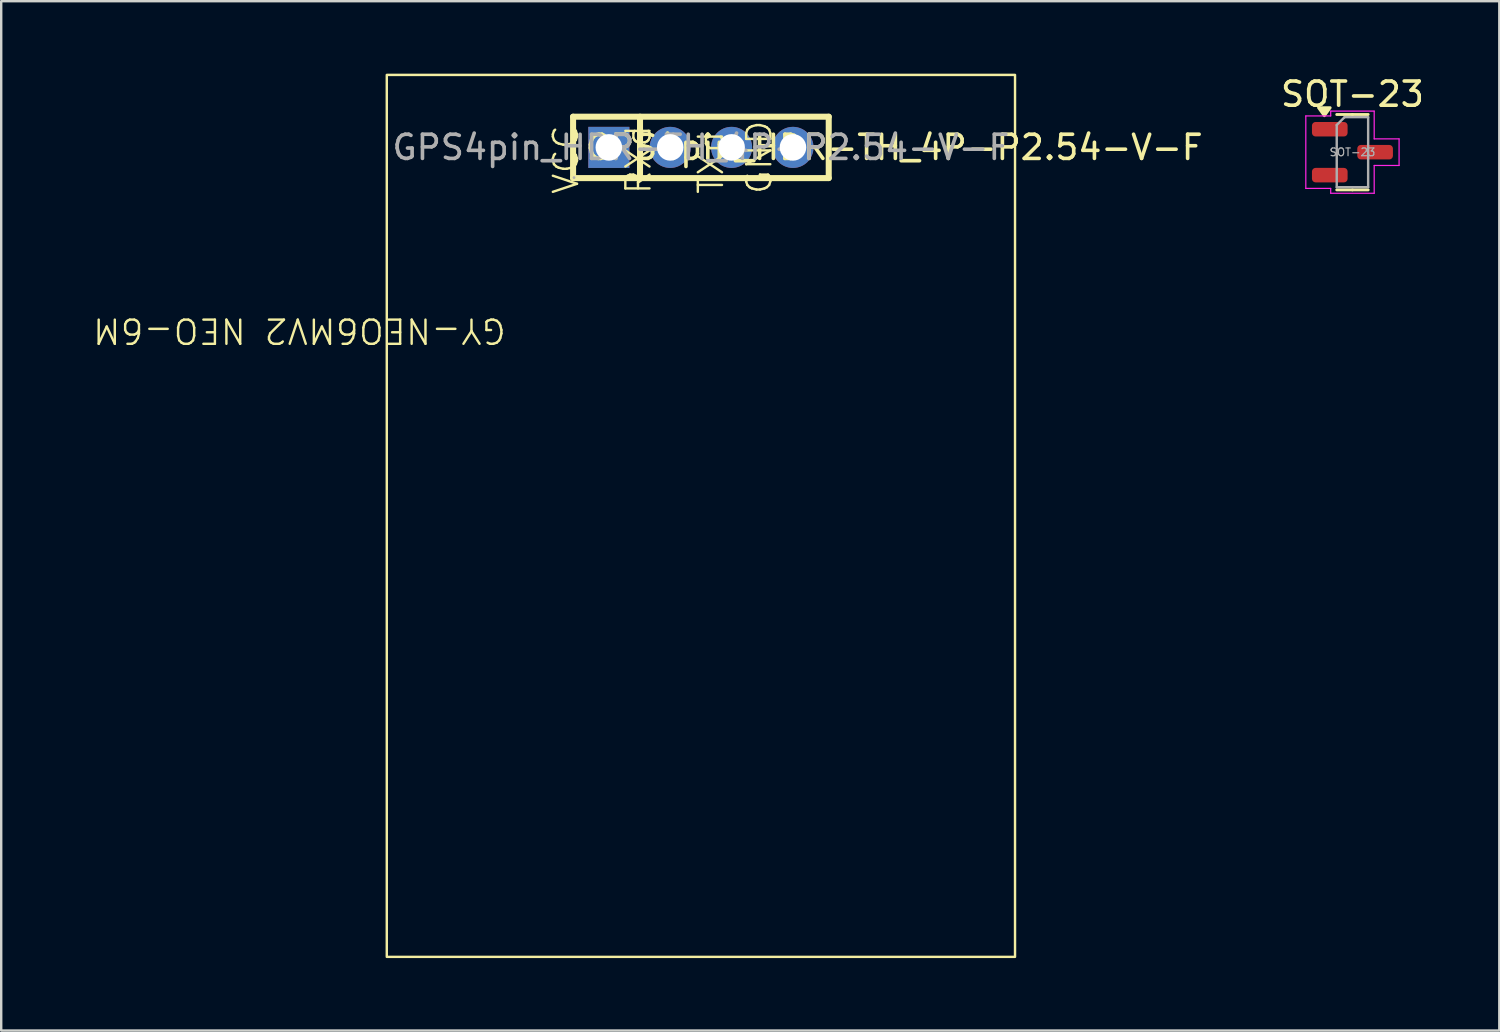
<source format=kicad_pcb>
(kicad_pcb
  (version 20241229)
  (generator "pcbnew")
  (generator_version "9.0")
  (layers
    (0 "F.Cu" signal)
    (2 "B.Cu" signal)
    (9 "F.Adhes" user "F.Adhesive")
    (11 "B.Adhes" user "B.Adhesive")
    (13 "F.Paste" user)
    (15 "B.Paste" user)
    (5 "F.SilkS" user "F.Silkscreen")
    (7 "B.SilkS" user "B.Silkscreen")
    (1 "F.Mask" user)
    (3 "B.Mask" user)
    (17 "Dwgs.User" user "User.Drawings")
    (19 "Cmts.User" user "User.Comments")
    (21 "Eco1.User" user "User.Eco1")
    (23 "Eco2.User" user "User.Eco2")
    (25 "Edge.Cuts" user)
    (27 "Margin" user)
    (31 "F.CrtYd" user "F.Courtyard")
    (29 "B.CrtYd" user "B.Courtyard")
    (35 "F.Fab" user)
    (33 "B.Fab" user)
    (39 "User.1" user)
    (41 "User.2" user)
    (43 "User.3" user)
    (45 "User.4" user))
  (footprint "GPS4pin_HDR-TH_4P-P2.54-V-F"
    (layer "F.Cu")
    (at 25.957 3.05)
    (property "Reference" "GPS4pin_HDR-TH_4P-P2.54-V-F" (at 8 0 0) (layer "F.SilkS") (effects (font (size 1 1) (thickness 0.15))))
    (attr through_hole)
    (fp_line (start -5.29 -1.27) (end -5.29 1.27) (stroke (width 0.25) (type solid)) (layer "F.SilkS"))
    (fp_line (start -5.29 -1.27) (end 5.29 -1.27) (stroke (width 0.25) (type solid)) (layer "F.SilkS"))
    (fp_line (start -5.29 1.27) (end 5.29 1.27) (stroke (width 0.25) (type solid)) (layer "F.SilkS"))
    (fp_line (start -2.52 -1.27) (end -2.52 1.27) (stroke (width 0.25) (type solid)) (layer "F.SilkS"))
    (fp_line (start 5.29 -1.27) (end 5.29 1.27) (stroke (width 0.25) (type solid)) (layer "F.SilkS"))
    (fp_rect (start -13 -3) (end 13 33.5) (stroke (width 0.1) (type solid)) (fill no) (layer "F.SilkS"))
    (fp_circle (center -5.25 1.25) (end -5.22 1.25) (stroke (width 0.06) (type solid)) (fill no) (layer "F.Fab"))
    (fp_text user "TXd" (at 1 2 90) (unlocked yes) (layer "F.SilkS") (effects (font (size 1 1) (thickness 0.1)) (justify left bottom)))
    (fp_text user "RXd" (at -2 2 90) (unlocked yes) (layer "F.SilkS") (effects (font (size 1 1) (thickness 0.1)) (justify left bottom)))
    (fp_text user "GND" (at 3 2 90) (unlocked yes) (layer "F.SilkS") (effects (font (size 1 1) (thickness 0.1)) (justify left bottom)))
    (fp_text user "GY-NEO6MV2 NEO-6M " (at -8 7 180) (unlocked yes) (layer "F.SilkS") (effects (font (size 1 1) (thickness 0.1)) (justify left bottom)))
    (fp_text user "VCC" (at -5 2 90) (unlocked yes) (layer "F.SilkS") (effects (font (size 1 1) (thickness 0.1)) (justify left bottom)))
    (fp_text user "${REFERENCE}" (at 0 0 0) (layer "F.Fab") (effects (font (size 1 1) (thickness 0.15))))
    (pad "1" thru_hole rect (at -3.81 0 180) (size 1.7 1.7) (drill 1.1) (layers "*.Cu" "*.Mask"))
    (pad "2" thru_hole circle (at -1.27 0 180) (size 1.7 1.7) (drill 1.1) (layers "*.Cu" "*.Mask"))
    (pad "3" thru_hole circle (at 1.27 0 180) (size 1.7 1.7) (drill 1.1) (layers "*.Cu" "*.Mask"))
    (pad "4" thru_hole circle (at 3.81 0 180) (size 1.7 1.7) (drill 1.1) (layers "*.Cu" "*.Mask")))
  (footprint "SOT-23"
    (layer "F.Cu")
    (at 52.921 3.248)
    (property "Reference" "SOT-23" (at 0 -2.4 0) (layer "F.SilkS") (effects (font (size 1 1) (thickness 0.15))))
    (attr smd)
    (fp_line (start 0 -1.56) (end -0.65 -1.56) (stroke (width 0.12) (type solid)) (layer "F.SilkS"))
    (fp_line (start 0 -1.56) (end 0.65 -1.56) (stroke (width 0.12) (type solid)) (layer "F.SilkS"))
    (fp_line (start 0 1.56) (end -0.65 1.56) (stroke (width 0.12) (type solid)) (layer "F.SilkS"))
    (fp_line (start 0 1.56) (end 0.65 1.56) (stroke (width 0.12) (type solid)) (layer "F.SilkS"))
    (fp_poly (pts (xy -1.163 -1.51) (xy -1.403 -1.84) (xy -0.922 -1.84)) (stroke (width 0.12) (type solid)) (fill yes) (layer "F.SilkS"))
    (fp_line (start -1.93 -1.5) (end -0.9 -1.5) (stroke (width 0.05) (type solid)) (layer "F.CrtYd"))
    (fp_line (start -1.93 1.5) (end -1.93 -1.5) (stroke (width 0.05) (type solid)) (layer "F.CrtYd"))
    (fp_line (start -0.9 -1.7) (end 0.9 -1.7) (stroke (width 0.05) (type solid)) (layer "F.CrtYd"))
    (fp_line (start -0.9 -1.5) (end -0.9 -1.7) (stroke (width 0.05) (type solid)) (layer "F.CrtYd"))
    (fp_line (start -0.9 1.5) (end -1.93 1.5) (stroke (width 0.05) (type solid)) (layer "F.CrtYd"))
    (fp_line (start -0.9 1.7) (end -0.9 1.5) (stroke (width 0.05) (type solid)) (layer "F.CrtYd"))
    (fp_line (start 0.9 -1.7) (end 0.9 -0.55) (stroke (width 0.05) (type solid)) (layer "F.CrtYd"))
    (fp_line (start 0.9 -0.55) (end 1.93 -0.55) (stroke (width 0.05) (type solid)) (layer "F.CrtYd"))
    (fp_line (start 0.9 0.55) (end 0.9 1.7) (stroke (width 0.05) (type solid)) (layer "F.CrtYd"))
    (fp_line (start 0.9 1.7) (end -0.9 1.7) (stroke (width 0.05) (type solid)) (layer "F.CrtYd"))
    (fp_line (start 1.93 -0.55) (end 1.93 0.55) (stroke (width 0.05) (type solid)) (layer "F.CrtYd"))
    (fp_line (start 1.93 0.55) (end 0.9 0.55) (stroke (width 0.05) (type solid)) (layer "F.CrtYd"))
    (fp_line (start -0.65 -1.125) (end -0.325 -1.45) (stroke (width 0.1) (type solid)) (layer "F.Fab"))
    (fp_line (start -0.65 1.45) (end -0.65 -1.125) (stroke (width 0.1) (type solid)) (layer "F.Fab"))
    (fp_line (start -0.325 -1.45) (end 0.65 -1.45) (stroke (width 0.1) (type solid)) (layer "F.Fab"))
    (fp_line (start 0.65 -1.45) (end 0.65 1.45) (stroke (width 0.1) (type solid)) (layer "F.Fab"))
    (fp_line (start 0.65 1.45) (end -0.65 1.45) (stroke (width 0.1) (type solid)) (layer "F.Fab"))
    (fp_text user "${REFERENCE}" (at 0 0 0) (layer "F.Fab") (effects (font (size 0.32 0.32) (thickness 0.05))))
    (pad "1" smd roundrect (at -0.938 -0.95 180) (size 1.475 0.6) (layers "F.Cu" "F.Mask" "F.Paste") (roundrect_rratio 0.25))
    (pad "2" smd roundrect (at -0.938 0.95 180) (size 1.475 0.6) (layers "F.Cu" "F.Mask" "F.Paste") (roundrect_rratio 0.25))
    (pad "3" smd roundrect (at 0.938 0 180) (size 1.475 0.6) (layers "F.Cu" "F.Mask" "F.Paste") (roundrect_rratio 0.25)))
  (gr_rect
    (start -3 -3)
    (end 58.999 39.6)
    (stroke (width 0.1) (type default))
    (fill no)
    (layer "Edge.Cuts")))
</source>
